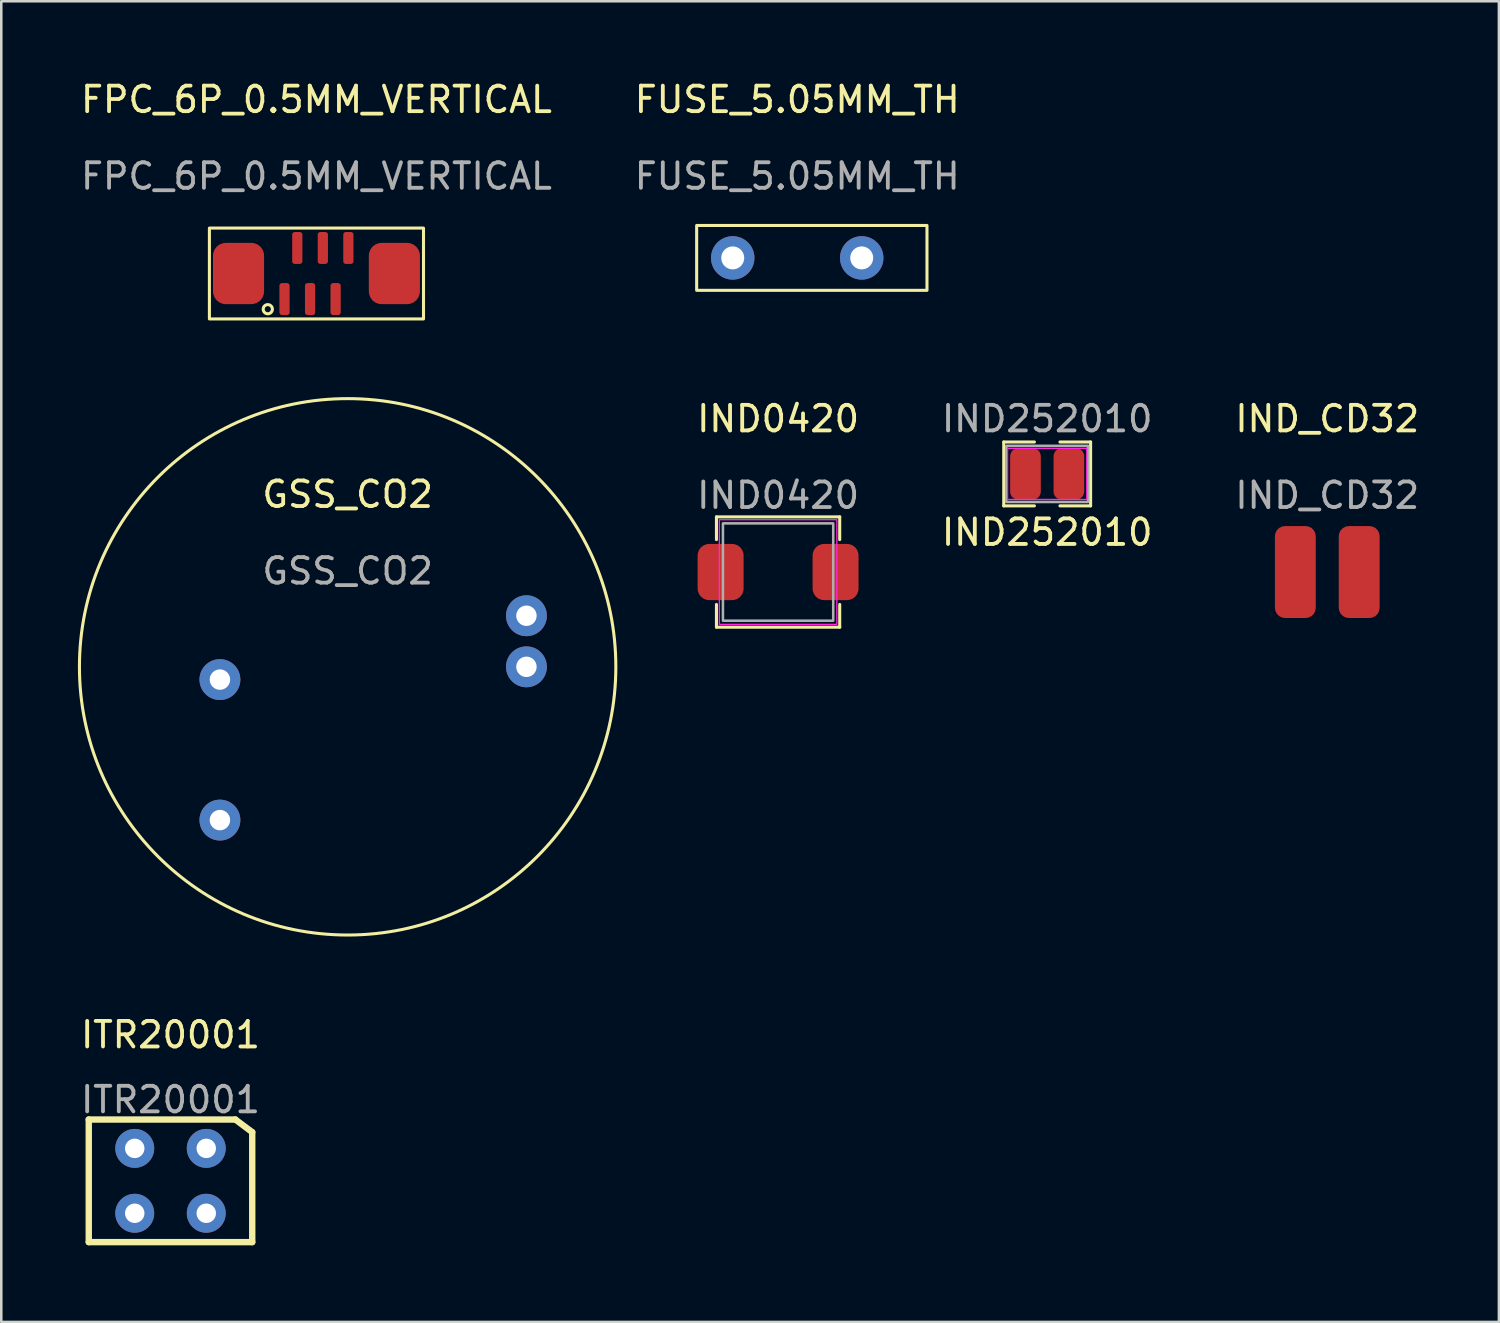
<source format=kicad_pcb>
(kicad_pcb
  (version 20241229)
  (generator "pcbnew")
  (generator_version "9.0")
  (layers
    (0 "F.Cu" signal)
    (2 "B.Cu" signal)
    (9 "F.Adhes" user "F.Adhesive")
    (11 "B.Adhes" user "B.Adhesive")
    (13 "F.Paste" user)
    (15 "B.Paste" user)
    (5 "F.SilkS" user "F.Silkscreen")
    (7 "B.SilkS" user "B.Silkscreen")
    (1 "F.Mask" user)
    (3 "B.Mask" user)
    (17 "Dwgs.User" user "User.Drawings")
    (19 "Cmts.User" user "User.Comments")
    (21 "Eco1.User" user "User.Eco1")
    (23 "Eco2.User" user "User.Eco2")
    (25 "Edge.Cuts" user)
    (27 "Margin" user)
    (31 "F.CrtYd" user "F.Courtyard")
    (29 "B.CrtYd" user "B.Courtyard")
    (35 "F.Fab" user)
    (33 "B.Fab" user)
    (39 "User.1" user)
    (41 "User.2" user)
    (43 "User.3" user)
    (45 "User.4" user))
  (footprint "FUSE_5.05MM_TH"
    (layer "F.Cu")
    (at 28.161 7.047)
    (property "Reference" "FUSE_5.05MM_TH" (at 0 -6.199 0) (unlocked yes) (layer "F.SilkS") (effects (font (size 1 1) (thickness 0.15))))
    (attr through_hole)
    (fp_rect (start -3.937 -1.27) (end 5.08 1.27) (stroke (width 0.12) (type solid)) (fill no) (layer "F.SilkS"))
    (fp_text user "${REFERENCE}" (at 0 -3.199 0) (unlocked yes) (layer "F.Fab") (effects (font (size 1 1) (thickness 0.15))))
    (pad "1" thru_hole circle (at -2.525 0) (size 1.7 1.7) (drill 0.9) (layers "*.Cu" "*.Mask"))
    (pad "2" thru_hole circle (at 2.525 0) (size 1.7 1.7) (drill 0.9) (layers "*.Cu" "*.Mask")))
  (footprint "ITR20001"
    (layer "F.Cu")
    (at 3.625 43.179)
    (property "Reference" "ITR20001" (at 0 -5.715 0) (unlocked yes) (layer "F.SilkS") (effects (font (size 1 1) (thickness 0.15))))
    (attr through_hole)
    (fp_line (start -3.2 -2.4) (end -3.2 2.4) (stroke (width 0.25) (type solid)) (layer "F.SilkS"))
    (fp_line (start -3.2 2.4) (end 3.2 2.4) (stroke (width 0.25) (type solid)) (layer "F.SilkS"))
    (fp_line (start 2.54 -2.4) (end -3.2 -2.4) (stroke (width 0.25) (type solid)) (layer "F.SilkS"))
    (fp_line (start 3.2 -1.905) (end 2.54 -2.4) (stroke (width 0.25) (type solid)) (layer "F.SilkS"))
    (fp_line (start 3.2 2.4) (end 3.2 -1.905) (stroke (width 0.25) (type solid)) (layer "F.SilkS"))
    (fp_text user "${REFERENCE}" (at 0 -3.175 0) (unlocked yes) (layer "F.Fab") (effects (font (size 1 1) (thickness 0.15))))
    (pad "1" thru_hole circle (at -1.4 1.27) (size 1.524 1.524) (drill 0.762) (layers "*.Cu" "*.Mask"))
    (pad "2" thru_hole circle (at -1.4 -1.27) (size 1.524 1.524) (drill 0.762) (layers "*.Cu" "*.Mask"))
    (pad "3" thru_hole circle (at 1.4 -1.27) (size 1.524 1.524) (drill 0.762) (layers "*.Cu" "*.Mask"))
    (pad "4" thru_hole circle (at 1.4 1.27) (size 1.524 1.524) (drill 0.762) (layers "*.Cu" "*.Mask")))
  (footprint "IND_CD32"
    (layer "F.Cu")
    (at 48.912 19.345)
    (property "Reference" "IND_CD32" (at 0 -6 0) (unlocked yes) (layer "F.SilkS") (effects (font (size 1 1) (thickness 0.15))))
    (attr smd)
    (fp_text user "${REFERENCE}" (at 0 -3 0) (unlocked yes) (layer "F.Fab") (effects (font (size 1 1) (thickness 0.15))))
    (pad "1" smd roundrect (at -1.25 0) (size 1.6 3.6) (layers "F.Cu" "F.Mask" "F.Paste") (roundrect_rratio 0.25))
    (pad "2" smd roundrect (at 1.25 0) (size 1.6 3.6) (layers "F.Cu" "F.Mask" "F.Paste") (roundrect_rratio 0.25)))
  (footprint "IND252010"
    (layer "F.Cu")
    (at 37.947 15.504)
    (property "Reference" "IND252010" (at 0 2.286 0) (unlocked yes) (layer "F.SilkS") (effects (font (size 1 1) (thickness 0.15))))
    (attr smd)
    (fp_line (start -1.7 -1.25) (end -0.5 -1.25) (stroke (width 0.12) (type solid)) (layer "F.SilkS"))
    (fp_line (start -1.7 1.25) (end -1.7 -1.25) (stroke (width 0.12) (type solid)) (layer "F.SilkS"))
    (fp_line (start -1.7 1.25) (end -0.5 1.25) (stroke (width 0.12) (type solid)) (layer "F.SilkS"))
    (fp_line (start 0.5 -1.25) (end 1.7 -1.25) (stroke (width 0.12) (type solid)) (layer "F.SilkS"))
    (fp_line (start 1.7 -1.25) (end 1.7 1.25) (stroke (width 0.12) (type solid)) (layer "F.SilkS"))
    (fp_line (start 1.7 1.25) (end 0.5 1.25) (stroke (width 0.12) (type solid)) (layer "F.SilkS"))
    (fp_rect (start -1.55 -1) (end 1.55 1) (stroke (width 0.05) (type solid)) (fill no) (layer "F.CrtYd"))
    (fp_rect (start -1.6 -1.1) (end 1.6 1.1) (stroke (width 0.1) (type solid)) (fill no) (layer "F.Fab"))
    (fp_text user "${REFERENCE}" (at 0 -2.159 0) (unlocked yes) (layer "F.Fab") (effects (font (size 1 1) (thickness 0.15))))
    (pad "1" smd roundrect (at -0.85 0) (size 1.2 2) (layers "F.Cu" "F.Mask" "F.Paste") (roundrect_rratio 0.25))
    (pad "2" smd roundrect (at 0.85 0) (size 1.2 2) (layers "F.Cu" "F.Mask" "F.Paste") (roundrect_rratio 0.25)))
  (footprint "FPC_6P_0.5MM_VERTICAL"
    (layer "F.Cu")
    (at 9.339 7.658)
    (property "Reference" "FPC_6P_0.5MM_VERTICAL" (at 0 -6.81 0) (unlocked yes) (layer "F.SilkS") (effects (font (size 1 1) (thickness 0.15))))
    (attr smd)
    (fp_rect (start -4.191 -1.778) (end 4.191 1.778) (stroke (width 0.12) (type default)) (fill no) (layer "F.SilkS"))
    (fp_circle (center -1.905 1.397) (end -1.778 1.524) (stroke (width 0.12) (type default)) (fill no) (layer "F.SilkS"))
    (fp_text user "${REFERENCE}" (at 0 -3.81 0) (unlocked yes) (layer "F.Fab") (effects (font (size 1 1) (thickness 0.15))))
    (pad "1" smd roundrect (at -1.25 1) (size 0.4 1.25) (layers "F.Cu" "F.Mask" "F.Paste") (roundrect_rratio 0.25))
    (pad "2" smd roundrect (at -0.75 -1) (size 0.4 1.25) (layers "F.Cu" "F.Mask" "F.Paste") (roundrect_rratio 0.25))
    (pad "3" smd roundrect (at -0.25 1) (size 0.4 1.25) (layers "F.Cu" "F.Mask" "F.Paste") (roundrect_rratio 0.25))
    (pad "4" smd roundrect (at 0.25 -1) (size 0.4 1.25) (layers "F.Cu" "F.Mask" "F.Paste") (roundrect_rratio 0.25))
    (pad "5" smd roundrect (at 0.75 1) (size 0.4 1.25) (layers "F.Cu" "F.Mask" "F.Paste") (roundrect_rratio 0.25))
    (pad "6" smd roundrect (at 1.25 -1) (size 0.4 1.25) (layers "F.Cu" "F.Mask" "F.Paste") (roundrect_rratio 0.25))
    (pad "7" smd roundrect (at -3.05 0) (size 2 2.4) (layers "F.Cu" "F.Mask" "F.Paste") (roundrect_rratio 0.25))
    (pad "8" smd roundrect (at 3.05 0) (size 2 2.4) (layers "F.Cu" "F.Mask" "F.Paste") (roundrect_rratio 0.25)))
  (footprint "IND0420"
    (layer "F.Cu")
    (at 27.412 19.345)
    (property "Reference" "IND0420" (at 0 -6 0) (unlocked yes) (layer "F.SilkS") (effects (font (size 1 1) (thickness 0.15))))
    (attr smd)
    (fp_line (start -2.413 -2.159) (end 2.413 -2.159) (stroke (width 0.12) (type solid)) (layer "F.SilkS"))
    (fp_line (start -2.413 -1.27) (end -2.413 -2.159) (stroke (width 0.12) (type solid)) (layer "F.SilkS"))
    (fp_line (start -2.413 2.159) (end -2.413 1.27) (stroke (width 0.12) (type solid)) (layer "F.SilkS"))
    (fp_line (start 2.413 -2.159) (end 2.413 -1.27) (stroke (width 0.12) (type solid)) (layer "F.SilkS"))
    (fp_line (start 2.413 1.27) (end 2.413 2.159) (stroke (width 0.12) (type solid)) (layer "F.SilkS"))
    (fp_line (start 2.413 2.159) (end -2.413 2.159) (stroke (width 0.12) (type solid)) (layer "F.SilkS"))
    (fp_rect (start -2.3 -2.05) (end 2.3 2.05) (stroke (width 0.05) (type solid)) (fill no) (layer "F.CrtYd"))
    (fp_rect (start -2.159 -1.905) (end 2.159 1.905) (stroke (width 0.1) (type solid)) (fill no) (layer "F.Fab"))
    (fp_text user "${REFERENCE}" (at 0 -3 0) (unlocked yes) (layer "F.Fab") (effects (font (size 1 1) (thickness 0.15))))
    (pad "1" smd roundrect (at -2.25 0) (size 1.8 2.2) (layers "F.Cu" "F.Mask" "F.Paste") (roundrect_rratio 0.25))
    (pad "2" smd roundrect (at 2.25 0) (size 1.8 2.2) (layers "F.Cu" "F.Mask" "F.Paste") (roundrect_rratio 0.25)))
  (footprint "GSS_CO2"
    (layer "F.Cu")
    (at 10.56 23.056)
    (property "Reference" "GSS_CO2" (at 0 -6.75 0) (unlocked yes) (layer "F.SilkS") (effects (font (size 1 1) (thickness 0.15))))
    (attr through_hole)
    (fp_circle (center 0 0) (end 10.5 0) (stroke (width 0.12) (type default)) (fill no) (layer "F.SilkS"))
    (fp_text user "${REFERENCE}" (at 0 -3.75 0) (unlocked yes) (layer "F.Fab") (effects (font (size 1 1) (thickness 0.15))))
    (pad "1" thru_hole circle (at 7 -2) (size 1.6 1.6) (drill 0.8) (layers "*.Cu" "*.Mask"))
    (pad "2" thru_hole circle (at 7 0) (size 1.6 1.6) (drill 0.8) (layers "*.Cu" "*.Mask"))
    (pad "3" thru_hole circle (at -5 0.5) (size 1.6 1.6) (drill 0.8) (layers "*.Cu" "*.Mask"))
    (pad "4" thru_hole circle (at -5 6) (size 1.6 1.6) (drill 0.8) (layers "*.Cu" "*.Mask")))
  (gr_rect
    (start -3 -3)
    (end 55.632 48.705)
    (stroke (width 0.1) (type default))
    (fill no)
    (layer "Edge.Cuts")))
</source>
